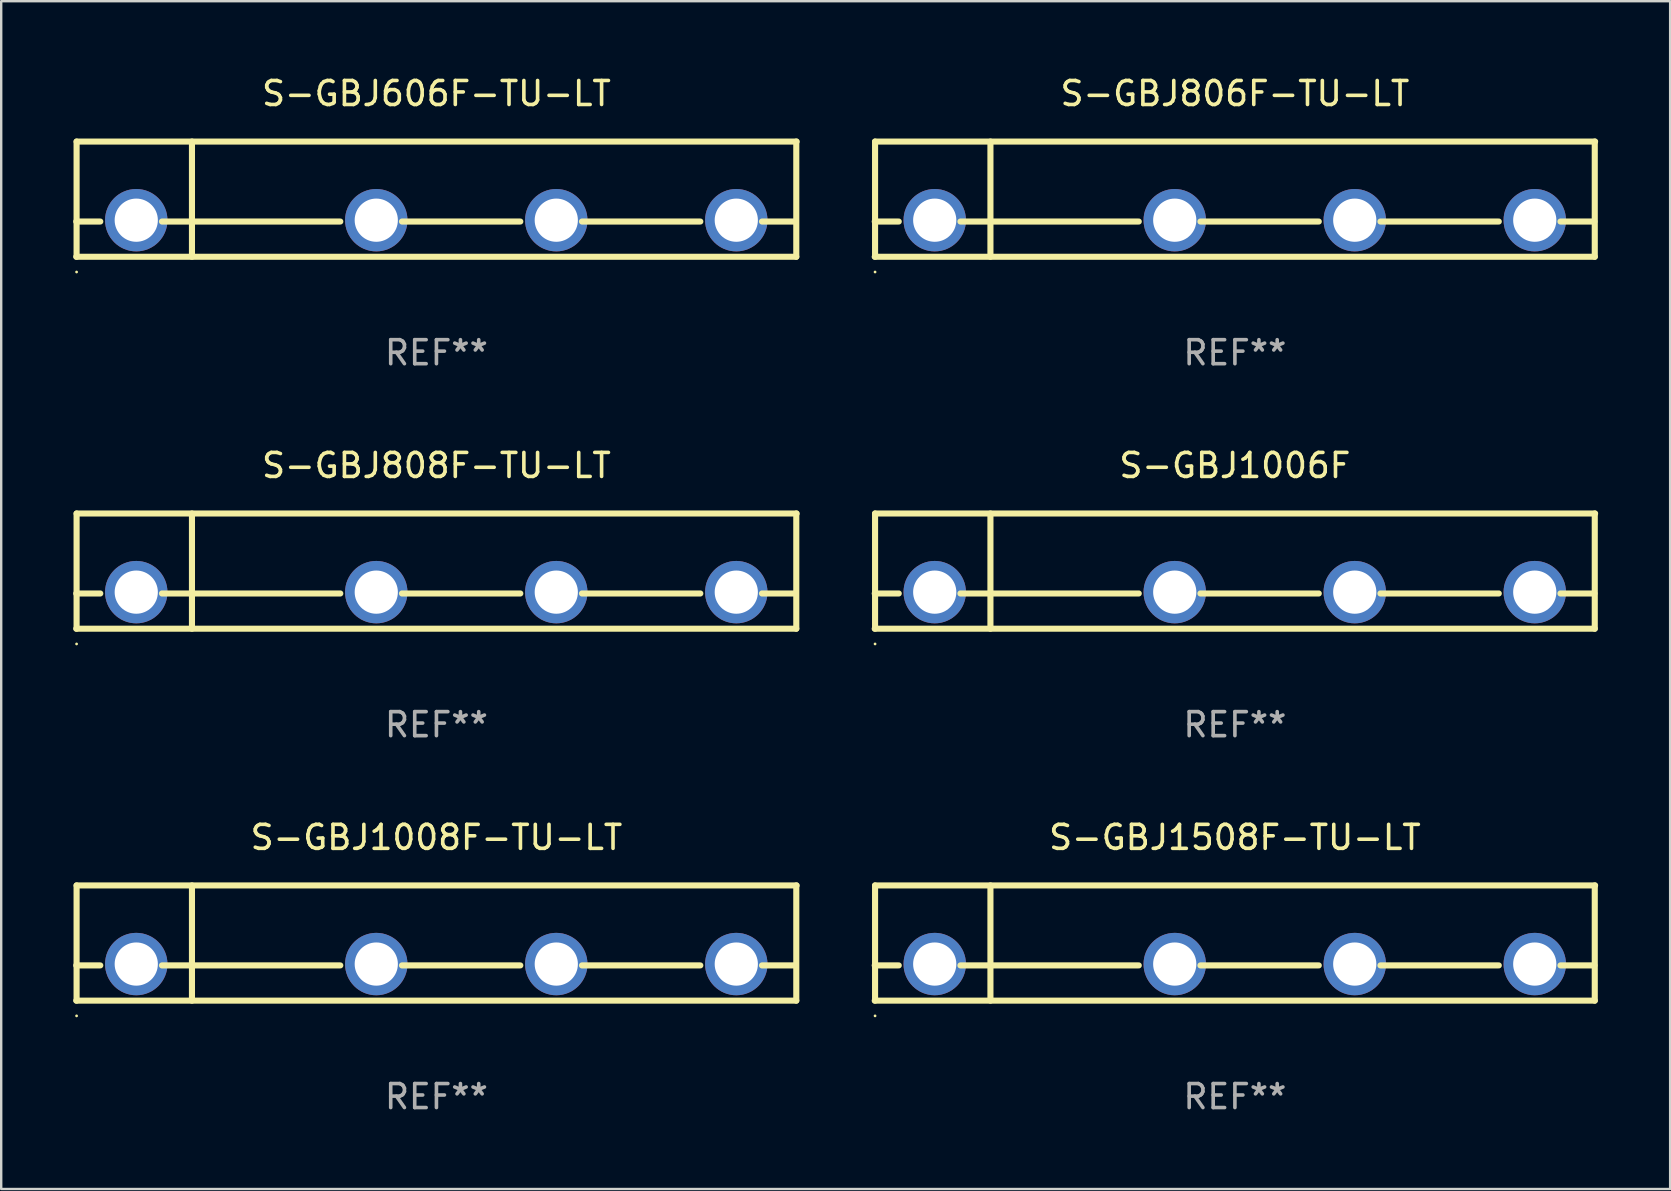
<source format=kicad_pcb>
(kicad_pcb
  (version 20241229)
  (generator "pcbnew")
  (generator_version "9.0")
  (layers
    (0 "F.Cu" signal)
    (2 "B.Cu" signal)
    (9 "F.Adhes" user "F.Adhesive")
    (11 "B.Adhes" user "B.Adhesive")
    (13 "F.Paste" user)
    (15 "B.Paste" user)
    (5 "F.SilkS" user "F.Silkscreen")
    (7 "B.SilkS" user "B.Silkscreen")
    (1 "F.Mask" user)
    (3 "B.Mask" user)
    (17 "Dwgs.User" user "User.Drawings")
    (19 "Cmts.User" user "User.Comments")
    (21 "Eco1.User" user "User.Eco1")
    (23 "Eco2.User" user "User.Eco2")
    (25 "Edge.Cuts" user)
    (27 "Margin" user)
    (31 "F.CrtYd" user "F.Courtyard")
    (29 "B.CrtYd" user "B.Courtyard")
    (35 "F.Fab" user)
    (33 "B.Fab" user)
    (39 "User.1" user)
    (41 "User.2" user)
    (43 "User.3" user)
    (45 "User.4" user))
  (footprint "S-GBJ1006F"
    (layer "F.Cu")
    (at 48.402 20.745)
    (property "Reference" "S-GBJ1006F" (at 0 -4.4 0) (layer "F.SilkS") (effects (font (size 1 1) (thickness 0.15))))
    (attr through_hole)
    (fp_line (start -15.007 0.932) (end -14.006 0.932) (stroke (width 0.254) (type solid)) (layer "F.SilkS"))
    (fp_line (start -15.007 2.4) (end 14.993 2.4) (stroke (width 0.254) (type solid)) (layer "F.SilkS"))
    (fp_line (start -14.993 -2.4) (end -14.993 2.4) (stroke (width 0.254) (type solid)) (layer "F.SilkS"))
    (fp_line (start -14.993 -2.4) (end 15.007 -2.4) (stroke (width 0.254) (type solid)) (layer "F.SilkS"))
    (fp_line (start -11.436 0.932) (end -4.006 0.932) (stroke (width 0.254) (type solid)) (layer "F.SilkS"))
    (fp_line (start -10.186 -2.4) (end -10.186 2.4) (stroke (width 0.254) (type solid)) (layer "F.SilkS"))
    (fp_line (start -1.436 0.932) (end 3.494 0.932) (stroke (width 0.254) (type solid)) (layer "F.SilkS"))
    (fp_line (start 6.064 0.932) (end 10.994 0.932) (stroke (width 0.254) (type solid)) (layer "F.SilkS"))
    (fp_line (start 13.564 0.932) (end 14.979 0.932) (stroke (width 0.254) (type solid)) (layer "F.SilkS"))
    (fp_line (start 14.993 -2.4) (end 14.993 2.4) (stroke (width 0.254) (type solid)) (layer "F.SilkS"))
    (fp_circle (center -14.993 3.035) (end -14.963 3.035) (stroke (width 0.06) (type solid)) (fill no) (layer "F.SilkS"))
    (fp_text user "&#126;" (at 3.931 -0.574 0) (layer "B.Mask") (effects (font (size 1 1) (thickness 0.15))))
    (fp_text user "-" (at 11.169 -0.648 0) (layer "B.Mask") (effects (font (size 1 1) (thickness 0.15))))
    (fp_text user "+" (at -13.468 -0.656 0) (layer "B.Mask") (effects (font (size 1 1) (thickness 0.15))))
    (fp_text user "&#126;" (at -3.308 -0.701 0) (layer "B.Mask") (effects (font (size 1 1) (thickness 0.15))))
    (fp_text user "REF**" (at 0 6.4 0) (layer "F.Fab") (effects (font (size 1 1) (thickness 0.15))))
    (pad "1" thru_hole circle (at -12.507 0.876) (size 2.6 2.6) (drill 1.8) (layers "*.Cu" "*.Mask"))
    (pad "2" thru_hole circle (at -2.507 0.876) (size 2.6 2.6) (drill 1.8) (layers "*.Cu" "*.Mask"))
    (pad "3" thru_hole circle (at 4.993 0.876) (size 2.6 2.6) (drill 1.8) (layers "*.Cu" "*.Mask"))
    (pad "4" thru_hole circle (at 12.493 0.876) (size 2.6 2.6) (drill 1.8) (layers "*.Cu" "*.Mask")))
  (footprint "S-GBJ808F-TU-LT"
    (layer "F.Cu")
    (at 15.134 20.745)
    (property "Reference" "S-GBJ808F-TU-LT" (at 0 -4.4 0) (layer "F.SilkS") (effects (font (size 1 1) (thickness 0.15))))
    (attr through_hole)
    (fp_line (start -15.007 0.932) (end -14.006 0.932) (stroke (width 0.254) (type solid)) (layer "F.SilkS"))
    (fp_line (start -15.007 2.4) (end 14.993 2.4) (stroke (width 0.254) (type solid)) (layer "F.SilkS"))
    (fp_line (start -14.993 -2.4) (end -14.993 2.4) (stroke (width 0.254) (type solid)) (layer "F.SilkS"))
    (fp_line (start -14.993 -2.4) (end 15.007 -2.4) (stroke (width 0.254) (type solid)) (layer "F.SilkS"))
    (fp_line (start -11.436 0.932) (end -4.006 0.932) (stroke (width 0.254) (type solid)) (layer "F.SilkS"))
    (fp_line (start -10.186 -2.4) (end -10.186 2.4) (stroke (width 0.254) (type solid)) (layer "F.SilkS"))
    (fp_line (start -1.436 0.932) (end 3.494 0.932) (stroke (width 0.254) (type solid)) (layer "F.SilkS"))
    (fp_line (start 6.064 0.932) (end 10.994 0.932) (stroke (width 0.254) (type solid)) (layer "F.SilkS"))
    (fp_line (start 13.564 0.932) (end 14.979 0.932) (stroke (width 0.254) (type solid)) (layer "F.SilkS"))
    (fp_line (start 14.993 -2.4) (end 14.993 2.4) (stroke (width 0.254) (type solid)) (layer "F.SilkS"))
    (fp_circle (center -14.993 3.035) (end -14.963 3.035) (stroke (width 0.06) (type solid)) (fill no) (layer "F.SilkS"))
    (fp_text user "-" (at 11.169 -0.648 0) (layer "B.Mask") (effects (font (size 1 1) (thickness 0.15))))
    (fp_text user "+" (at -13.468 -0.656 0) (layer "B.Mask") (effects (font (size 1 1) (thickness 0.15))))
    (fp_text user "&#126;" (at -3.308 -0.701 0) (layer "B.Mask") (effects (font (size 1 1) (thickness 0.15))))
    (fp_text user "&#126;" (at 3.931 -0.574 0) (layer "B.Mask") (effects (font (size 1 1) (thickness 0.15))))
    (fp_text user "REF**" (at 0 6.4 0) (layer "F.Fab") (effects (font (size 1 1) (thickness 0.15))))
    (pad "1" thru_hole circle (at -12.507 0.876) (size 2.6 2.6) (drill 1.8) (layers "*.Cu" "*.Mask"))
    (pad "2" thru_hole circle (at -2.507 0.876) (size 2.6 2.6) (drill 1.8) (layers "*.Cu" "*.Mask"))
    (pad "3" thru_hole circle (at 4.993 0.876) (size 2.6 2.6) (drill 1.8) (layers "*.Cu" "*.Mask"))
    (pad "4" thru_hole circle (at 12.493 0.876) (size 2.6 2.6) (drill 1.8) (layers "*.Cu" "*.Mask")))
  (footprint "S-GBJ606F-TU-LT"
    (layer "F.Cu")
    (at 15.134 5.248)
    (property "Reference" "S-GBJ606F-TU-LT" (at 0 -4.4 0) (layer "F.SilkS") (effects (font (size 1 1) (thickness 0.15))))
    (attr through_hole)
    (fp_line (start -15.007 0.932) (end -14.006 0.932) (stroke (width 0.254) (type solid)) (layer "F.SilkS"))
    (fp_line (start -15.007 2.4) (end 14.993 2.4) (stroke (width 0.254) (type solid)) (layer "F.SilkS"))
    (fp_line (start -14.993 -2.4) (end -14.993 2.4) (stroke (width 0.254) (type solid)) (layer "F.SilkS"))
    (fp_line (start -14.993 -2.4) (end 15.007 -2.4) (stroke (width 0.254) (type solid)) (layer "F.SilkS"))
    (fp_line (start -11.436 0.932) (end -4.006 0.932) (stroke (width 0.254) (type solid)) (layer "F.SilkS"))
    (fp_line (start -10.186 -2.4) (end -10.186 2.4) (stroke (width 0.254) (type solid)) (layer "F.SilkS"))
    (fp_line (start -1.436 0.932) (end 3.494 0.932) (stroke (width 0.254) (type solid)) (layer "F.SilkS"))
    (fp_line (start 6.064 0.932) (end 10.994 0.932) (stroke (width 0.254) (type solid)) (layer "F.SilkS"))
    (fp_line (start 13.564 0.932) (end 14.979 0.932) (stroke (width 0.254) (type solid)) (layer "F.SilkS"))
    (fp_line (start 14.993 -2.4) (end 14.993 2.4) (stroke (width 0.254) (type solid)) (layer "F.SilkS"))
    (fp_circle (center -14.993 3.035) (end -14.963 3.035) (stroke (width 0.06) (type solid)) (fill no) (layer "F.SilkS"))
    (fp_text user "-" (at 11.169 -0.648 0) (layer "B.Mask") (effects (font (size 1 1) (thickness 0.15))))
    (fp_text user "+" (at -13.468 -0.656 0) (layer "B.Mask") (effects (font (size 1 1) (thickness 0.15))))
    (fp_text user "&#126;" (at 3.931 -0.574 0) (layer "B.Mask") (effects (font (size 1 1) (thickness 0.15))))
    (fp_text user "&#126;" (at -3.308 -0.701 0) (layer "B.Mask") (effects (font (size 1 1) (thickness 0.15))))
    (fp_text user "REF**" (at 0 6.4 0) (layer "F.Fab") (effects (font (size 1 1) (thickness 0.15))))
    (pad "1" thru_hole circle (at -12.507 0.876) (size 2.6 2.6) (drill 1.8) (layers "*.Cu" "*.Mask"))
    (pad "2" thru_hole circle (at -2.507 0.876) (size 2.6 2.6) (drill 1.8) (layers "*.Cu" "*.Mask"))
    (pad "3" thru_hole circle (at 4.993 0.876) (size 2.6 2.6) (drill 1.8) (layers "*.Cu" "*.Mask"))
    (pad "4" thru_hole circle (at 12.493 0.876) (size 2.6 2.6) (drill 1.8) (layers "*.Cu" "*.Mask")))
  (footprint "S-GBJ1008F-TU-LT"
    (layer "F.Cu")
    (at 15.134 36.241)
    (property "Reference" "S-GBJ1008F-TU-LT" (at 0 -4.4 0) (layer "F.SilkS") (effects (font (size 1 1) (thickness 0.15))))
    (attr through_hole)
    (fp_line (start -15.007 0.932) (end -14.006 0.932) (stroke (width 0.254) (type solid)) (layer "F.SilkS"))
    (fp_line (start -15.007 2.4) (end 14.993 2.4) (stroke (width 0.254) (type solid)) (layer "F.SilkS"))
    (fp_line (start -14.993 -2.4) (end -14.993 2.4) (stroke (width 0.254) (type solid)) (layer "F.SilkS"))
    (fp_line (start -14.993 -2.4) (end 15.007 -2.4) (stroke (width 0.254) (type solid)) (layer "F.SilkS"))
    (fp_line (start -11.436 0.932) (end -4.006 0.932) (stroke (width 0.254) (type solid)) (layer "F.SilkS"))
    (fp_line (start -10.186 -2.4) (end -10.186 2.4) (stroke (width 0.254) (type solid)) (layer "F.SilkS"))
    (fp_line (start -1.436 0.932) (end 3.494 0.932) (stroke (width 0.254) (type solid)) (layer "F.SilkS"))
    (fp_line (start 6.064 0.932) (end 10.994 0.932) (stroke (width 0.254) (type solid)) (layer "F.SilkS"))
    (fp_line (start 13.564 0.932) (end 14.979 0.932) (stroke (width 0.254) (type solid)) (layer "F.SilkS"))
    (fp_line (start 14.993 -2.4) (end 14.993 2.4) (stroke (width 0.254) (type solid)) (layer "F.SilkS"))
    (fp_circle (center -14.993 3.035) (end -14.963 3.035) (stroke (width 0.06) (type solid)) (fill no) (layer "F.SilkS"))
    (fp_text user "&#126;" (at 3.931 -0.574 0) (layer "B.Mask") (effects (font (size 1 1) (thickness 0.15))))
    (fp_text user "+" (at -13.468 -0.656 0) (layer "B.Mask") (effects (font (size 1 1) (thickness 0.15))))
    (fp_text user "&#126;" (at -3.308 -0.701 0) (layer "B.Mask") (effects (font (size 1 1) (thickness 0.15))))
    (fp_text user "-" (at 11.169 -0.648 0) (layer "B.Mask") (effects (font (size 1 1) (thickness 0.15))))
    (fp_text user "REF**" (at 0 6.4 0) (layer "F.Fab") (effects (font (size 1 1) (thickness 0.15))))
    (pad "1" thru_hole circle (at -12.507 0.876) (size 2.6 2.6) (drill 1.8) (layers "*.Cu" "*.Mask"))
    (pad "2" thru_hole circle (at -2.507 0.876) (size 2.6 2.6) (drill 1.8) (layers "*.Cu" "*.Mask"))
    (pad "3" thru_hole circle (at 4.993 0.876) (size 2.6 2.6) (drill 1.8) (layers "*.Cu" "*.Mask"))
    (pad "4" thru_hole circle (at 12.493 0.876) (size 2.6 2.6) (drill 1.8) (layers "*.Cu" "*.Mask")))
  (footprint "S-GBJ1508F-TU-LT"
    (layer "F.Cu")
    (at 48.402 36.241)
    (property "Reference" "S-GBJ1508F-TU-LT" (at 0 -4.4 0) (layer "F.SilkS") (effects (font (size 1 1) (thickness 0.15))))
    (attr through_hole)
    (fp_line (start -15.007 0.932) (end -14.006 0.932) (stroke (width 0.254) (type solid)) (layer "F.SilkS"))
    (fp_line (start -15.007 2.4) (end 14.993 2.4) (stroke (width 0.254) (type solid)) (layer "F.SilkS"))
    (fp_line (start -14.993 -2.4) (end -14.993 2.4) (stroke (width 0.254) (type solid)) (layer "F.SilkS"))
    (fp_line (start -14.993 -2.4) (end 15.007 -2.4) (stroke (width 0.254) (type solid)) (layer "F.SilkS"))
    (fp_line (start -11.436 0.932) (end -4.006 0.932) (stroke (width 0.254) (type solid)) (layer "F.SilkS"))
    (fp_line (start -10.186 -2.4) (end -10.186 2.4) (stroke (width 0.254) (type solid)) (layer "F.SilkS"))
    (fp_line (start -1.436 0.932) (end 3.494 0.932) (stroke (width 0.254) (type solid)) (layer "F.SilkS"))
    (fp_line (start 6.064 0.932) (end 10.994 0.932) (stroke (width 0.254) (type solid)) (layer "F.SilkS"))
    (fp_line (start 13.564 0.932) (end 14.979 0.932) (stroke (width 0.254) (type solid)) (layer "F.SilkS"))
    (fp_line (start 14.993 -2.4) (end 14.993 2.4) (stroke (width 0.254) (type solid)) (layer "F.SilkS"))
    (fp_circle (center -14.993 3.035) (end -14.963 3.035) (stroke (width 0.06) (type solid)) (fill no) (layer "F.SilkS"))
    (fp_text user "&#126;" (at 3.931 -0.574 0) (layer "B.Mask") (effects (font (size 1 1) (thickness 0.15))))
    (fp_text user "-" (at 11.169 -0.648 0) (layer "B.Mask") (effects (font (size 1 1) (thickness 0.15))))
    (fp_text user "+" (at -13.468 -0.656 0) (layer "B.Mask") (effects (font (size 1 1) (thickness 0.15))))
    (fp_text user "&#126;" (at -3.308 -0.701 0) (layer "B.Mask") (effects (font (size 1 1) (thickness 0.15))))
    (fp_text user "REF**" (at 0 6.4 0) (layer "F.Fab") (effects (font (size 1 1) (thickness 0.15))))
    (pad "1" thru_hole circle (at -12.507 0.876) (size 2.6 2.6) (drill 1.8) (layers "*.Cu" "*.Mask"))
    (pad "2" thru_hole circle (at -2.507 0.876) (size 2.6 2.6) (drill 1.8) (layers "*.Cu" "*.Mask"))
    (pad "3" thru_hole circle (at 4.993 0.876) (size 2.6 2.6) (drill 1.8) (layers "*.Cu" "*.Mask"))
    (pad "4" thru_hole circle (at 12.493 0.876) (size 2.6 2.6) (drill 1.8) (layers "*.Cu" "*.Mask")))
  (footprint "S-GBJ806F-TU-LT"
    (layer "F.Cu")
    (at 48.402 5.248)
    (property "Reference" "S-GBJ806F-TU-LT" (at 0 -4.4 0) (layer "F.SilkS") (effects (font (size 1 1) (thickness 0.15))))
    (attr through_hole)
    (fp_line (start -15.007 0.932) (end -14.006 0.932) (stroke (width 0.254) (type solid)) (layer "F.SilkS"))
    (fp_line (start -15.007 2.4) (end 14.993 2.4) (stroke (width 0.254) (type solid)) (layer "F.SilkS"))
    (fp_line (start -14.993 -2.4) (end -14.993 2.4) (stroke (width 0.254) (type solid)) (layer "F.SilkS"))
    (fp_line (start -14.993 -2.4) (end 15.007 -2.4) (stroke (width 0.254) (type solid)) (layer "F.SilkS"))
    (fp_line (start -11.436 0.932) (end -4.006 0.932) (stroke (width 0.254) (type solid)) (layer "F.SilkS"))
    (fp_line (start -10.186 -2.4) (end -10.186 2.4) (stroke (width 0.254) (type solid)) (layer "F.SilkS"))
    (fp_line (start -1.436 0.932) (end 3.494 0.932) (stroke (width 0.254) (type solid)) (layer "F.SilkS"))
    (fp_line (start 6.064 0.932) (end 10.994 0.932) (stroke (width 0.254) (type solid)) (layer "F.SilkS"))
    (fp_line (start 13.564 0.932) (end 14.979 0.932) (stroke (width 0.254) (type solid)) (layer "F.SilkS"))
    (fp_line (start 14.993 -2.4) (end 14.993 2.4) (stroke (width 0.254) (type solid)) (layer "F.SilkS"))
    (fp_circle (center -14.993 3.035) (end -14.963 3.035) (stroke (width 0.06) (type solid)) (fill no) (layer "F.SilkS"))
    (fp_text user "-" (at 11.169 -0.648 0) (layer "B.Mask") (effects (font (size 1 1) (thickness 0.15))))
    (fp_text user "&#126;" (at 3.931 -0.574 0) (layer "B.Mask") (effects (font (size 1 1) (thickness 0.15))))
    (fp_text user "&#126;" (at -3.308 -0.701 0) (layer "B.Mask") (effects (font (size 1 1) (thickness 0.15))))
    (fp_text user "+" (at -13.468 -0.656 0) (layer "B.Mask") (effects (font (size 1 1) (thickness 0.15))))
    (fp_text user "REF**" (at 0 6.4 0) (layer "F.Fab") (effects (font (size 1 1) (thickness 0.15))))
    (pad "1" thru_hole circle (at -12.507 0.876) (size 2.6 2.6) (drill 1.8) (layers "*.Cu" "*.Mask"))
    (pad "2" thru_hole circle (at -2.507 0.876) (size 2.6 2.6) (drill 1.8) (layers "*.Cu" "*.Mask"))
    (pad "3" thru_hole circle (at 4.993 0.876) (size 2.6 2.6) (drill 1.8) (layers "*.Cu" "*.Mask"))
    (pad "4" thru_hole circle (at 12.493 0.876) (size 2.6 2.6) (drill 1.8) (layers "*.Cu" "*.Mask")))
  (gr_rect
    (start -3 -3)
    (end 66.536 46.489)
    (stroke (width 0.1) (type default))
    (fill no)
    (layer "Edge.Cuts")))
</source>
